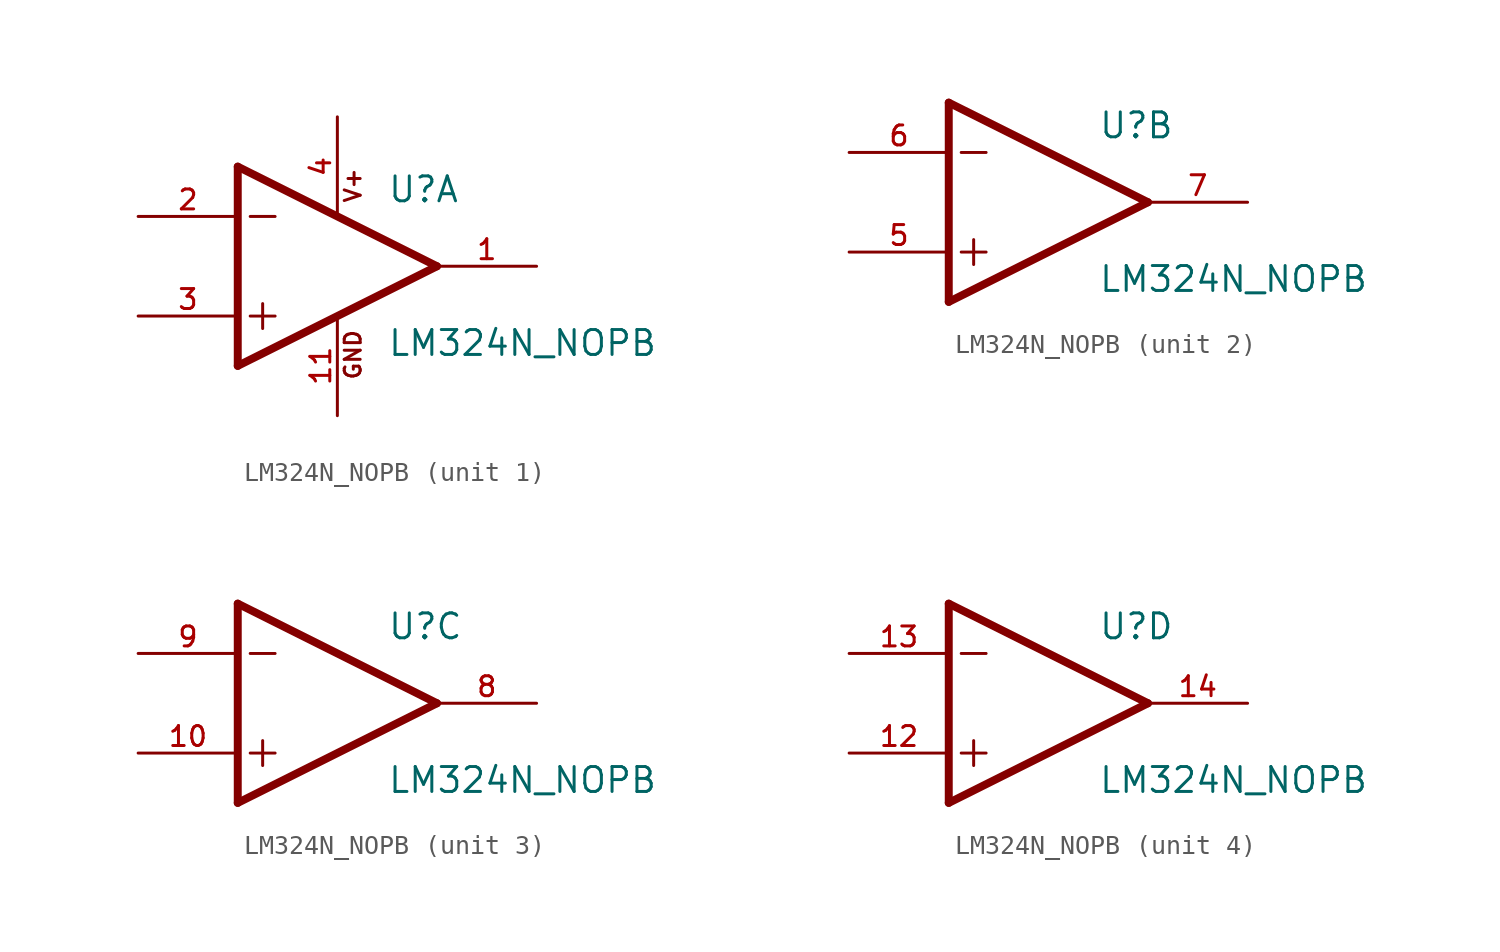
<source format=kicad_sym>
(kicad_symbol_lib
  (version 20211014)
  (generator kicad_symbol_editor)
  (symbol "LM324N_NOPB"
    (pin_names
      (offset 1.016))
    (property "Reference" "U"
      (at 2.54 3.175 0)
      (effects (font (size 1.27 1.27)) (justify bottom left)))
    (property "Value" "LM324N_NOPB"
      (at 2.54 -3.175 0)
      (effects (font (size 1.27 1.27)) (justify top left)))
    (symbol "LM324N_NOPB_1_0"
      (polyline (pts (xy -5.08 5.08) (xy -5.08 -5.08)) (stroke (width 0.406)))
      (polyline (pts (xy -5.08 -5.08) (xy 5.08 0.0)) (stroke (width 0.406)))
      (polyline (pts (xy 5.08 0.0) (xy -5.08 5.08)) (stroke (width 0.406)))
      (polyline (pts (xy -3.81 -1.905) (xy -3.81 -3.175)) (stroke (width 0.152)))
      (polyline (pts (xy -4.445 2.54) (xy -3.175 2.54)) (stroke (width 0.152)))
      (polyline (pts (xy -4.445 -2.54) (xy -3.175 -2.54)) (stroke (width 0.152)))
      (text "V+" (at 1.27 3.175 900) (effects (font (size 0.813 0.813)) (justify bottom left)))
      (text "GND" (at 1.27 -3.175 900) (effects (font (size 0.813 0.813)) (justify bottom right)))
      (pin input line (at -10.16 -2.54 0) (length 5.08) (name "~" (effects (font (size 1.016 1.016)))) (number "3" (effects (font (size 1.016 1.016)))))
      (pin input line (at -10.16 2.54 0) (length 5.08) (name "~" (effects (font (size 1.016 1.016)))) (number "2" (effects (font (size 1.016 1.016)))))
      (pin power_in line (at 0.0 7.62 270.0) (length 5.08) (name "~" (effects (font (size 1.016 1.016)))) (number "4" (effects (font (size 1.016 1.016)))))
      (pin output line (at 10.16 0.0 180.0) (length 5.08) (name "~" (effects (font (size 1.016 1.016)))) (number "1" (effects (font (size 1.016 1.016)))))
      (pin power_in line (at 0.0 -7.62 90.0) (length 5.08) (name "~" (effects (font (size 1.016 1.016)))) (number "11" (effects (font (size 1.016 1.016))))))
    (symbol "LM324N_NOPB_2_0"
      (polyline (pts (xy -5.08 5.08) (xy -5.08 -5.08)) (stroke (width 0.406)))
      (polyline (pts (xy -5.08 -5.08) (xy 5.08 0.0)) (stroke (width 0.406)))
      (polyline (pts (xy 5.08 0.0) (xy -5.08 5.08)) (stroke (width 0.406)))
      (polyline (pts (xy -3.81 -1.905) (xy -3.81 -3.175)) (stroke (width 0.152)))
      (polyline (pts (xy -4.445 2.54) (xy -3.175 2.54)) (stroke (width 0.152)))
      (polyline (pts (xy -4.445 -2.54) (xy -3.175 -2.54)) (stroke (width 0.152)))
      (pin input line (at -10.16 -2.54 0) (length 5.08) (name "~" (effects (font (size 1.016 1.016)))) (number "5" (effects (font (size 1.016 1.016)))))
      (pin input line (at -10.16 2.54 0) (length 5.08) (name "~" (effects (font (size 1.016 1.016)))) (number "6" (effects (font (size 1.016 1.016)))))
      (pin output line (at 10.16 0.0 180.0) (length 5.08) (name "~" (effects (font (size 1.016 1.016)))) (number "7" (effects (font (size 1.016 1.016))))))
    (symbol "LM324N_NOPB_3_0"
      (polyline (pts (xy -5.08 5.08) (xy -5.08 -5.08)) (stroke (width 0.406)))
      (polyline (pts (xy -5.08 -5.08) (xy 5.08 0.0)) (stroke (width 0.406)))
      (polyline (pts (xy 5.08 0.0) (xy -5.08 5.08)) (stroke (width 0.406)))
      (polyline (pts (xy -3.81 -1.905) (xy -3.81 -3.175)) (stroke (width 0.152)))
      (polyline (pts (xy -4.445 2.54) (xy -3.175 2.54)) (stroke (width 0.152)))
      (polyline (pts (xy -4.445 -2.54) (xy -3.175 -2.54)) (stroke (width 0.152)))
      (pin input line (at -10.16 -2.54 0) (length 5.08) (name "~" (effects (font (size 1.016 1.016)))) (number "10" (effects (font (size 1.016 1.016)))))
      (pin input line (at -10.16 2.54 0) (length 5.08) (name "~" (effects (font (size 1.016 1.016)))) (number "9" (effects (font (size 1.016 1.016)))))
      (pin output line (at 10.16 0.0 180.0) (length 5.08) (name "~" (effects (font (size 1.016 1.016)))) (number "8" (effects (font (size 1.016 1.016))))))
    (symbol "LM324N_NOPB_4_0"
      (polyline (pts (xy -5.08 5.08) (xy -5.08 -5.08)) (stroke (width 0.406)))
      (polyline (pts (xy -5.08 -5.08) (xy 5.08 0.0)) (stroke (width 0.406)))
      (polyline (pts (xy 5.08 0.0) (xy -5.08 5.08)) (stroke (width 0.406)))
      (polyline (pts (xy -3.81 -1.905) (xy -3.81 -3.175)) (stroke (width 0.152)))
      (polyline (pts (xy -4.445 2.54) (xy -3.175 2.54)) (stroke (width 0.152)))
      (polyline (pts (xy -4.445 -2.54) (xy -3.175 -2.54)) (stroke (width 0.152)))
      (pin input line (at -10.16 -2.54 0) (length 5.08) (name "~" (effects (font (size 1.016 1.016)))) (number "12" (effects (font (size 1.016 1.016)))))
      (pin input line (at -10.16 2.54 0) (length 5.08) (name "~" (effects (font (size 1.016 1.016)))) (number "13" (effects (font (size 1.016 1.016)))))
      (pin output line (at 10.16 0.0 180.0) (length 5.08) (name "~" (effects (font (size 1.016 1.016)))) (number "14" (effects (font (size 1.016 1.016))))))))
</source>
